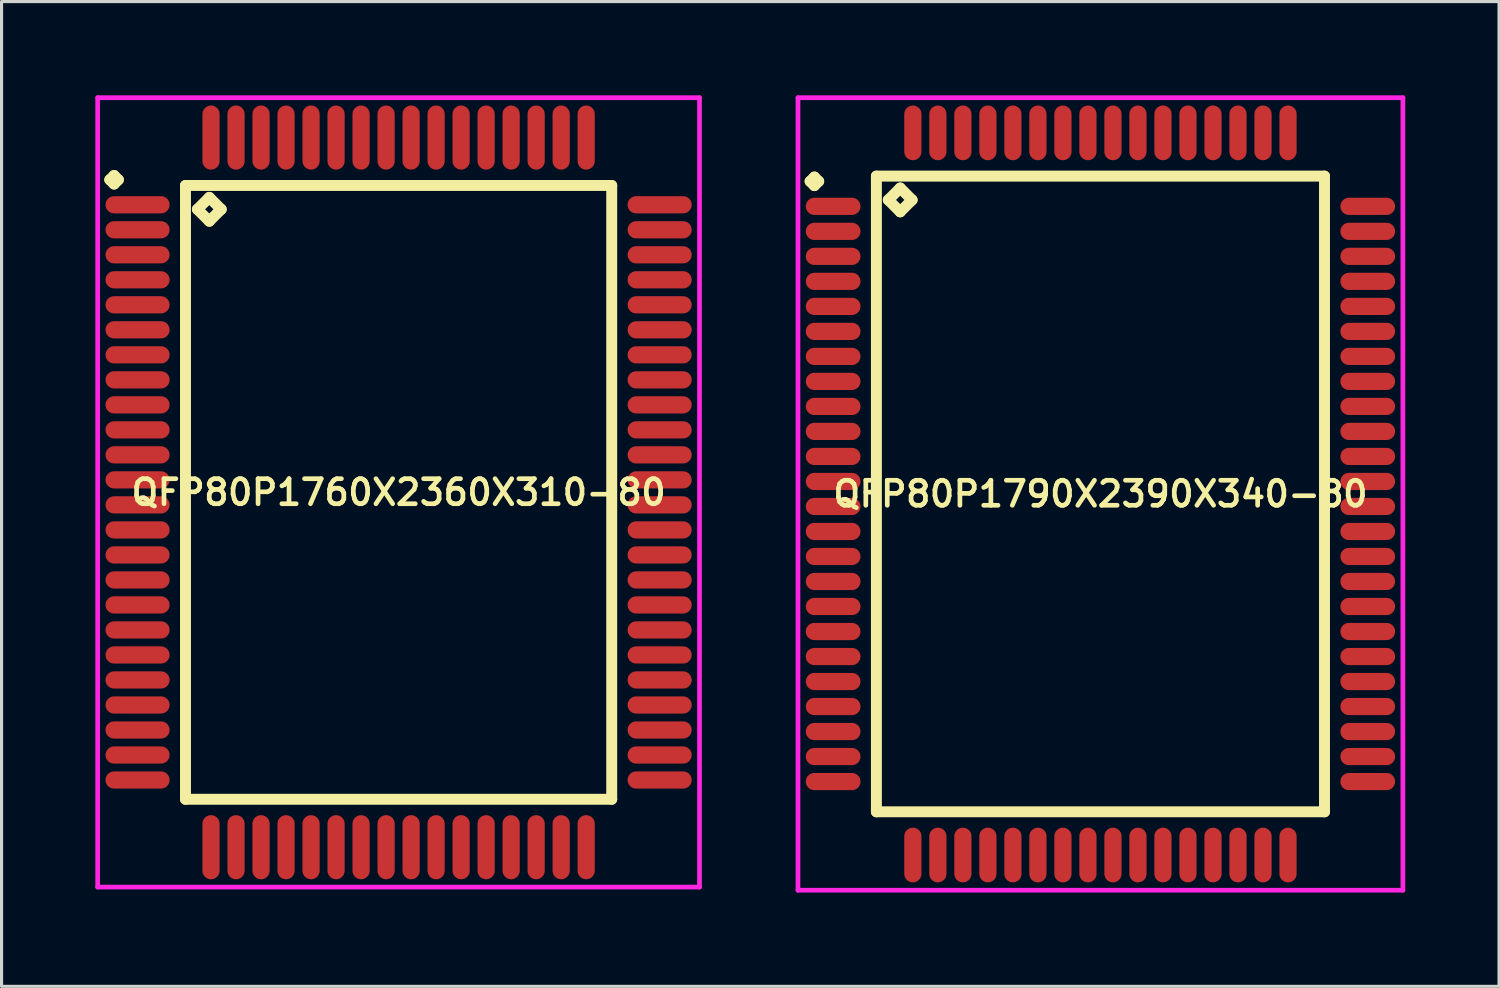
<source format=kicad_pcb>
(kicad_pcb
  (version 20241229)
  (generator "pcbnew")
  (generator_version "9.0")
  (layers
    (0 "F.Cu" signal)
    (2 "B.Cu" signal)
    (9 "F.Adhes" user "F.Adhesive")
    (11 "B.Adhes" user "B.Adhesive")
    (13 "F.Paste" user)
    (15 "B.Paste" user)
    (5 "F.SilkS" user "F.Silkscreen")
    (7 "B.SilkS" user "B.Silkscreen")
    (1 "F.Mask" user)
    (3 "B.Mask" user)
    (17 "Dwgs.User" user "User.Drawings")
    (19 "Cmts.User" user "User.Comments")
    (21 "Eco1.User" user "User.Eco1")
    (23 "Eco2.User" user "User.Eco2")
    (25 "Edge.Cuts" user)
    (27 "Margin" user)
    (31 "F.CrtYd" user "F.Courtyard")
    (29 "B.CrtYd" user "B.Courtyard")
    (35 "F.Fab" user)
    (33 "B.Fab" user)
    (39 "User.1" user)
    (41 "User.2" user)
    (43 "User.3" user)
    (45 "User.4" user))
  (footprint "QFP80P1790X2390X340-80"
    (layer "F.Cu")
    (at 32.15 12.75)
    (property "Reference" "QFP80P1790X2390X340-80" (at 0 0 0) (layer "F.SilkS") (effects (font (size 0.8 0.8) (thickness 0.15))))
    (attr smd)
    (fp_line (start -9.287 -10) (end -9.15 -10.137) (stroke (width 0.35) (type solid)) (layer "F.SilkS"))
    (fp_line (start -9.15 -10.137) (end -9.012 -10) (stroke (width 0.35) (type solid)) (layer "F.SilkS"))
    (fp_line (start -9.15 -9.863) (end -9.287 -10) (stroke (width 0.35) (type solid)) (layer "F.SilkS"))
    (fp_line (start -9.012 -10) (end -9.15 -9.863) (stroke (width 0.35) (type solid)) (layer "F.SilkS"))
    (fp_line (start -7.167 -10.167) (end -7.167 10.167) (stroke (width 0.35) (type solid)) (layer "F.SilkS"))
    (fp_line (start -7.167 10.167) (end 7.167 10.167) (stroke (width 0.35) (type solid)) (layer "F.SilkS"))
    (fp_line (start -6.786 -9.405) (end -6.405 -9.786) (stroke (width 0.35) (type solid)) (layer "F.SilkS"))
    (fp_line (start -6.405 -9.786) (end -6.024 -9.405) (stroke (width 0.35) (type solid)) (layer "F.SilkS"))
    (fp_line (start -6.405 -9.024) (end -6.786 -9.405) (stroke (width 0.35) (type solid)) (layer "F.SilkS"))
    (fp_line (start -6.024 -9.405) (end -6.405 -9.024) (stroke (width 0.35) (type solid)) (layer "F.SilkS"))
    (fp_line (start 7.167 -10.167) (end -7.167 -10.167) (stroke (width 0.35) (type solid)) (layer "F.SilkS"))
    (fp_line (start 7.167 10.167) (end 7.167 -10.167) (stroke (width 0.35) (type solid)) (layer "F.SilkS"))
    (fp_line (start -9.675 -12.675) (end 9.675 -12.675) (stroke (width 0.15) (type solid)) (layer "F.CrtYd"))
    (fp_line (start -9.675 12.675) (end -9.675 -12.675) (stroke (width 0.15) (type solid)) (layer "F.CrtYd"))
    (fp_line (start 9.675 -12.675) (end 9.675 12.675) (stroke (width 0.15) (type solid)) (layer "F.CrtYd"))
    (fp_line (start 9.675 12.675) (end -9.675 12.675) (stroke (width 0.15) (type solid)) (layer "F.CrtYd"))
    (pad "1" smd oval (at -8.55 -9.2) (size 1.75 0.55) (layers "F.Cu" "F.Mask" "F.Paste"))
    (pad "2" smd oval (at -8.55 -8.4) (size 1.75 0.55) (layers "F.Cu" "F.Mask" "F.Paste"))
    (pad "3" smd oval (at -8.55 -7.6) (size 1.75 0.55) (layers "F.Cu" "F.Mask" "F.Paste"))
    (pad "4" smd oval (at -8.55 -6.8) (size 1.75 0.55) (layers "F.Cu" "F.Mask" "F.Paste"))
    (pad "5" smd oval (at -8.55 -6) (size 1.75 0.55) (layers "F.Cu" "F.Mask" "F.Paste"))
    (pad "6" smd oval (at -8.55 -5.2) (size 1.75 0.55) (layers "F.Cu" "F.Mask" "F.Paste"))
    (pad "7" smd oval (at -8.55 -4.4) (size 1.75 0.55) (layers "F.Cu" "F.Mask" "F.Paste"))
    (pad "8" smd oval (at -8.55 -3.6) (size 1.75 0.55) (layers "F.Cu" "F.Mask" "F.Paste"))
    (pad "9" smd oval (at -8.55 -2.8) (size 1.75 0.55) (layers "F.Cu" "F.Mask" "F.Paste"))
    (pad "10" smd oval (at -8.55 -2) (size 1.75 0.55) (layers "F.Cu" "F.Mask" "F.Paste"))
    (pad "11" smd oval (at -8.55 -1.2) (size 1.75 0.55) (layers "F.Cu" "F.Mask" "F.Paste"))
    (pad "12" smd oval (at -8.55 -0.4) (size 1.75 0.55) (layers "F.Cu" "F.Mask" "F.Paste"))
    (pad "13" smd oval (at -8.55 0.4) (size 1.75 0.55) (layers "F.Cu" "F.Mask" "F.Paste"))
    (pad "14" smd oval (at -8.55 1.2) (size 1.75 0.55) (layers "F.Cu" "F.Mask" "F.Paste"))
    (pad "15" smd oval (at -8.55 2) (size 1.75 0.55) (layers "F.Cu" "F.Mask" "F.Paste"))
    (pad "16" smd oval (at -8.55 2.8) (size 1.75 0.55) (layers "F.Cu" "F.Mask" "F.Paste"))
    (pad "17" smd oval (at -8.55 3.6) (size 1.75 0.55) (layers "F.Cu" "F.Mask" "F.Paste"))
    (pad "18" smd oval (at -8.55 4.4) (size 1.75 0.55) (layers "F.Cu" "F.Mask" "F.Paste"))
    (pad "19" smd oval (at -8.55 5.2) (size 1.75 0.55) (layers "F.Cu" "F.Mask" "F.Paste"))
    (pad "20" smd oval (at -8.55 6) (size 1.75 0.55) (layers "F.Cu" "F.Mask" "F.Paste"))
    (pad "21" smd oval (at -8.55 6.8) (size 1.75 0.55) (layers "F.Cu" "F.Mask" "F.Paste"))
    (pad "22" smd oval (at -8.55 7.6) (size 1.75 0.55) (layers "F.Cu" "F.Mask" "F.Paste"))
    (pad "23" smd oval (at -8.55 8.4) (size 1.75 0.55) (layers "F.Cu" "F.Mask" "F.Paste"))
    (pad "24" smd oval (at -8.55 9.2) (size 1.75 0.55) (layers "F.Cu" "F.Mask" "F.Paste"))
    (pad "25" smd oval (at -6 11.55) (size 0.55 1.75) (layers "F.Cu" "F.Mask" "F.Paste"))
    (pad "26" smd oval (at -5.2 11.55) (size 0.55 1.75) (layers "F.Cu" "F.Mask" "F.Paste"))
    (pad "27" smd oval (at -4.4 11.55) (size 0.55 1.75) (layers "F.Cu" "F.Mask" "F.Paste"))
    (pad "28" smd oval (at -3.6 11.55) (size 0.55 1.75) (layers "F.Cu" "F.Mask" "F.Paste"))
    (pad "29" smd oval (at -2.8 11.55) (size 0.55 1.75) (layers "F.Cu" "F.Mask" "F.Paste"))
    (pad "30" smd oval (at -2 11.55) (size 0.55 1.75) (layers "F.Cu" "F.Mask" "F.Paste"))
    (pad "31" smd oval (at -1.2 11.55) (size 0.55 1.75) (layers "F.Cu" "F.Mask" "F.Paste"))
    (pad "32" smd oval (at -0.4 11.55) (size 0.55 1.75) (layers "F.Cu" "F.Mask" "F.Paste"))
    (pad "33" smd oval (at 0.4 11.55) (size 0.55 1.75) (layers "F.Cu" "F.Mask" "F.Paste"))
    (pad "34" smd oval (at 1.2 11.55) (size 0.55 1.75) (layers "F.Cu" "F.Mask" "F.Paste"))
    (pad "35" smd oval (at 2 11.55) (size 0.55 1.75) (layers "F.Cu" "F.Mask" "F.Paste"))
    (pad "36" smd oval (at 2.8 11.55) (size 0.55 1.75) (layers "F.Cu" "F.Mask" "F.Paste"))
    (pad "37" smd oval (at 3.6 11.55) (size 0.55 1.75) (layers "F.Cu" "F.Mask" "F.Paste"))
    (pad "38" smd oval (at 4.4 11.55) (size 0.55 1.75) (layers "F.Cu" "F.Mask" "F.Paste"))
    (pad "39" smd oval (at 5.2 11.55) (size 0.55 1.75) (layers "F.Cu" "F.Mask" "F.Paste"))
    (pad "40" smd oval (at 6 11.55) (size 0.55 1.75) (layers "F.Cu" "F.Mask" "F.Paste"))
    (pad "41" smd oval (at 8.55 9.2) (size 1.75 0.55) (layers "F.Cu" "F.Mask" "F.Paste"))
    (pad "42" smd oval (at 8.55 8.4) (size 1.75 0.55) (layers "F.Cu" "F.Mask" "F.Paste"))
    (pad "43" smd oval (at 8.55 7.6) (size 1.75 0.55) (layers "F.Cu" "F.Mask" "F.Paste"))
    (pad "44" smd oval (at 8.55 6.8) (size 1.75 0.55) (layers "F.Cu" "F.Mask" "F.Paste"))
    (pad "45" smd oval (at 8.55 6) (size 1.75 0.55) (layers "F.Cu" "F.Mask" "F.Paste"))
    (pad "46" smd oval (at 8.55 5.2) (size 1.75 0.55) (layers "F.Cu" "F.Mask" "F.Paste"))
    (pad "47" smd oval (at 8.55 4.4) (size 1.75 0.55) (layers "F.Cu" "F.Mask" "F.Paste"))
    (pad "48" smd oval (at 8.55 3.6) (size 1.75 0.55) (layers "F.Cu" "F.Mask" "F.Paste"))
    (pad "49" smd oval (at 8.55 2.8) (size 1.75 0.55) (layers "F.Cu" "F.Mask" "F.Paste"))
    (pad "50" smd oval (at 8.55 2) (size 1.75 0.55) (layers "F.Cu" "F.Mask" "F.Paste"))
    (pad "51" smd oval (at 8.55 1.2) (size 1.75 0.55) (layers "F.Cu" "F.Mask" "F.Paste"))
    (pad "52" smd oval (at 8.55 0.4) (size 1.75 0.55) (layers "F.Cu" "F.Mask" "F.Paste"))
    (pad "53" smd oval (at 8.55 -0.4) (size 1.75 0.55) (layers "F.Cu" "F.Mask" "F.Paste"))
    (pad "54" smd oval (at 8.55 -1.2) (size 1.75 0.55) (layers "F.Cu" "F.Mask" "F.Paste"))
    (pad "55" smd oval (at 8.55 -2) (size 1.75 0.55) (layers "F.Cu" "F.Mask" "F.Paste"))
    (pad "56" smd oval (at 8.55 -2.8) (size 1.75 0.55) (layers "F.Cu" "F.Mask" "F.Paste"))
    (pad "57" smd oval (at 8.55 -3.6) (size 1.75 0.55) (layers "F.Cu" "F.Mask" "F.Paste"))
    (pad "58" smd oval (at 8.55 -4.4) (size 1.75 0.55) (layers "F.Cu" "F.Mask" "F.Paste"))
    (pad "59" smd oval (at 8.55 -5.2) (size 1.75 0.55) (layers "F.Cu" "F.Mask" "F.Paste"))
    (pad "60" smd oval (at 8.55 -6) (size 1.75 0.55) (layers "F.Cu" "F.Mask" "F.Paste"))
    (pad "61" smd oval (at 8.55 -6.8) (size 1.75 0.55) (layers "F.Cu" "F.Mask" "F.Paste"))
    (pad "62" smd oval (at 8.55 -7.6) (size 1.75 0.55) (layers "F.Cu" "F.Mask" "F.Paste"))
    (pad "63" smd oval (at 8.55 -8.4) (size 1.75 0.55) (layers "F.Cu" "F.Mask" "F.Paste"))
    (pad "64" smd oval (at 8.55 -9.2) (size 1.75 0.55) (layers "F.Cu" "F.Mask" "F.Paste"))
    (pad "65" smd oval (at 6 -11.55) (size 0.55 1.75) (layers "F.Cu" "F.Mask" "F.Paste"))
    (pad "66" smd oval (at 5.2 -11.55) (size 0.55 1.75) (layers "F.Cu" "F.Mask" "F.Paste"))
    (pad "67" smd oval (at 4.4 -11.55) (size 0.55 1.75) (layers "F.Cu" "F.Mask" "F.Paste"))
    (pad "68" smd oval (at 3.6 -11.55) (size 0.55 1.75) (layers "F.Cu" "F.Mask" "F.Paste"))
    (pad "69" smd oval (at 2.8 -11.55) (size 0.55 1.75) (layers "F.Cu" "F.Mask" "F.Paste"))
    (pad "70" smd oval (at 2 -11.55) (size 0.55 1.75) (layers "F.Cu" "F.Mask" "F.Paste"))
    (pad "71" smd oval (at 1.2 -11.55) (size 0.55 1.75) (layers "F.Cu" "F.Mask" "F.Paste"))
    (pad "72" smd oval (at 0.4 -11.55) (size 0.55 1.75) (layers "F.Cu" "F.Mask" "F.Paste"))
    (pad "73" smd oval (at -0.4 -11.55) (size 0.55 1.75) (layers "F.Cu" "F.Mask" "F.Paste"))
    (pad "74" smd oval (at -1.2 -11.55) (size 0.55 1.75) (layers "F.Cu" "F.Mask" "F.Paste"))
    (pad "75" smd oval (at -2 -11.55) (size 0.55 1.75) (layers "F.Cu" "F.Mask" "F.Paste"))
    (pad "76" smd oval (at -2.8 -11.55) (size 0.55 1.75) (layers "F.Cu" "F.Mask" "F.Paste"))
    (pad "77" smd oval (at -3.6 -11.55) (size 0.55 1.75) (layers "F.Cu" "F.Mask" "F.Paste"))
    (pad "78" smd oval (at -4.4 -11.55) (size 0.55 1.75) (layers "F.Cu" "F.Mask" "F.Paste"))
    (pad "79" smd oval (at -5.2 -11.55) (size 0.55 1.75) (layers "F.Cu" "F.Mask" "F.Paste"))
    (pad "80" smd oval (at -6 -11.55) (size 0.55 1.75) (layers "F.Cu" "F.Mask" "F.Paste")))
  (footprint "QFP80P1760X2360X310-80"
    (layer "F.Cu")
    (at 9.7 12.7)
    (property "Reference" "QFP80P1760X2360X310-80" (at 0 0 0) (layer "F.SilkS") (effects (font (size 0.8 0.8) (thickness 0.15))))
    (attr smd)
    (fp_line (start -9.238 -10) (end -9.1 -10.137) (stroke (width 0.35) (type solid)) (layer "F.SilkS"))
    (fp_line (start -9.1 -10.137) (end -8.963 -10) (stroke (width 0.35) (type solid)) (layer "F.SilkS"))
    (fp_line (start -9.1 -9.863) (end -9.238 -10) (stroke (width 0.35) (type solid)) (layer "F.SilkS"))
    (fp_line (start -8.963 -10) (end -9.1 -9.863) (stroke (width 0.35) (type solid)) (layer "F.SilkS"))
    (fp_line (start -6.817 -9.817) (end -6.817 9.817) (stroke (width 0.35) (type solid)) (layer "F.SilkS"))
    (fp_line (start -6.817 9.817) (end 6.817 9.817) (stroke (width 0.35) (type solid)) (layer "F.SilkS"))
    (fp_line (start -6.436 -9.055) (end -6.055 -9.436) (stroke (width 0.35) (type solid)) (layer "F.SilkS"))
    (fp_line (start -6.055 -9.436) (end -5.674 -9.055) (stroke (width 0.35) (type solid)) (layer "F.SilkS"))
    (fp_line (start -6.055 -8.674) (end -6.436 -9.055) (stroke (width 0.35) (type solid)) (layer "F.SilkS"))
    (fp_line (start -5.674 -9.055) (end -6.055 -8.674) (stroke (width 0.35) (type solid)) (layer "F.SilkS"))
    (fp_line (start 6.817 -9.817) (end -6.817 -9.817) (stroke (width 0.35) (type solid)) (layer "F.SilkS"))
    (fp_line (start 6.817 9.817) (end 6.817 -9.817) (stroke (width 0.35) (type solid)) (layer "F.SilkS"))
    (fp_line (start -9.625 -12.625) (end 9.625 -12.625) (stroke (width 0.15) (type solid)) (layer "F.CrtYd"))
    (fp_line (start -9.625 12.625) (end -9.625 -12.625) (stroke (width 0.15) (type solid)) (layer "F.CrtYd"))
    (fp_line (start 9.625 -12.625) (end 9.625 12.625) (stroke (width 0.15) (type solid)) (layer "F.CrtYd"))
    (fp_line (start 9.625 12.625) (end -9.625 12.625) (stroke (width 0.15) (type solid)) (layer "F.CrtYd"))
    (pad "1" smd oval (at -8.35 -9.2) (size 2.05 0.55) (layers "F.Cu" "F.Mask" "F.Paste"))
    (pad "2" smd oval (at -8.35 -8.4) (size 2.05 0.55) (layers "F.Cu" "F.Mask" "F.Paste"))
    (pad "3" smd oval (at -8.35 -7.6) (size 2.05 0.55) (layers "F.Cu" "F.Mask" "F.Paste"))
    (pad "4" smd oval (at -8.35 -6.8) (size 2.05 0.55) (layers "F.Cu" "F.Mask" "F.Paste"))
    (pad "5" smd oval (at -8.35 -6) (size 2.05 0.55) (layers "F.Cu" "F.Mask" "F.Paste"))
    (pad "6" smd oval (at -8.35 -5.2) (size 2.05 0.55) (layers "F.Cu" "F.Mask" "F.Paste"))
    (pad "7" smd oval (at -8.35 -4.4) (size 2.05 0.55) (layers "F.Cu" "F.Mask" "F.Paste"))
    (pad "8" smd oval (at -8.35 -3.6) (size 2.05 0.55) (layers "F.Cu" "F.Mask" "F.Paste"))
    (pad "9" smd oval (at -8.35 -2.8) (size 2.05 0.55) (layers "F.Cu" "F.Mask" "F.Paste"))
    (pad "10" smd oval (at -8.35 -2) (size 2.05 0.55) (layers "F.Cu" "F.Mask" "F.Paste"))
    (pad "11" smd oval (at -8.35 -1.2) (size 2.05 0.55) (layers "F.Cu" "F.Mask" "F.Paste"))
    (pad "12" smd oval (at -8.35 -0.4) (size 2.05 0.55) (layers "F.Cu" "F.Mask" "F.Paste"))
    (pad "13" smd oval (at -8.35 0.4) (size 2.05 0.55) (layers "F.Cu" "F.Mask" "F.Paste"))
    (pad "14" smd oval (at -8.35 1.2) (size 2.05 0.55) (layers "F.Cu" "F.Mask" "F.Paste"))
    (pad "15" smd oval (at -8.35 2) (size 2.05 0.55) (layers "F.Cu" "F.Mask" "F.Paste"))
    (pad "16" smd oval (at -8.35 2.8) (size 2.05 0.55) (layers "F.Cu" "F.Mask" "F.Paste"))
    (pad "17" smd oval (at -8.35 3.6) (size 2.05 0.55) (layers "F.Cu" "F.Mask" "F.Paste"))
    (pad "18" smd oval (at -8.35 4.4) (size 2.05 0.55) (layers "F.Cu" "F.Mask" "F.Paste"))
    (pad "19" smd oval (at -8.35 5.2) (size 2.05 0.55) (layers "F.Cu" "F.Mask" "F.Paste"))
    (pad "20" smd oval (at -8.35 6) (size 2.05 0.55) (layers "F.Cu" "F.Mask" "F.Paste"))
    (pad "21" smd oval (at -8.35 6.8) (size 2.05 0.55) (layers "F.Cu" "F.Mask" "F.Paste"))
    (pad "22" smd oval (at -8.35 7.6) (size 2.05 0.55) (layers "F.Cu" "F.Mask" "F.Paste"))
    (pad "23" smd oval (at -8.35 8.4) (size 2.05 0.55) (layers "F.Cu" "F.Mask" "F.Paste"))
    (pad "24" smd oval (at -8.35 9.2) (size 2.05 0.55) (layers "F.Cu" "F.Mask" "F.Paste"))
    (pad "25" smd oval (at -6 11.35) (size 0.55 2.05) (layers "F.Cu" "F.Mask" "F.Paste"))
    (pad "26" smd oval (at -5.2 11.35) (size 0.55 2.05) (layers "F.Cu" "F.Mask" "F.Paste"))
    (pad "27" smd oval (at -4.4 11.35) (size 0.55 2.05) (layers "F.Cu" "F.Mask" "F.Paste"))
    (pad "28" smd oval (at -3.6 11.35) (size 0.55 2.05) (layers "F.Cu" "F.Mask" "F.Paste"))
    (pad "29" smd oval (at -2.8 11.35) (size 0.55 2.05) (layers "F.Cu" "F.Mask" "F.Paste"))
    (pad "30" smd oval (at -2 11.35) (size 0.55 2.05) (layers "F.Cu" "F.Mask" "F.Paste"))
    (pad "31" smd oval (at -1.2 11.35) (size 0.55 2.05) (layers "F.Cu" "F.Mask" "F.Paste"))
    (pad "32" smd oval (at -0.4 11.35) (size 0.55 2.05) (layers "F.Cu" "F.Mask" "F.Paste"))
    (pad "33" smd oval (at 0.4 11.35) (size 0.55 2.05) (layers "F.Cu" "F.Mask" "F.Paste"))
    (pad "34" smd oval (at 1.2 11.35) (size 0.55 2.05) (layers "F.Cu" "F.Mask" "F.Paste"))
    (pad "35" smd oval (at 2 11.35) (size 0.55 2.05) (layers "F.Cu" "F.Mask" "F.Paste"))
    (pad "36" smd oval (at 2.8 11.35) (size 0.55 2.05) (layers "F.Cu" "F.Mask" "F.Paste"))
    (pad "37" smd oval (at 3.6 11.35) (size 0.55 2.05) (layers "F.Cu" "F.Mask" "F.Paste"))
    (pad "38" smd oval (at 4.4 11.35) (size 0.55 2.05) (layers "F.Cu" "F.Mask" "F.Paste"))
    (pad "39" smd oval (at 5.2 11.35) (size 0.55 2.05) (layers "F.Cu" "F.Mask" "F.Paste"))
    (pad "40" smd oval (at 6 11.35) (size 0.55 2.05) (layers "F.Cu" "F.Mask" "F.Paste"))
    (pad "41" smd oval (at 8.35 9.2) (size 2.05 0.55) (layers "F.Cu" "F.Mask" "F.Paste"))
    (pad "42" smd oval (at 8.35 8.4) (size 2.05 0.55) (layers "F.Cu" "F.Mask" "F.Paste"))
    (pad "43" smd oval (at 8.35 7.6) (size 2.05 0.55) (layers "F.Cu" "F.Mask" "F.Paste"))
    (pad "44" smd oval (at 8.35 6.8) (size 2.05 0.55) (layers "F.Cu" "F.Mask" "F.Paste"))
    (pad "45" smd oval (at 8.35 6) (size 2.05 0.55) (layers "F.Cu" "F.Mask" "F.Paste"))
    (pad "46" smd oval (at 8.35 5.2) (size 2.05 0.55) (layers "F.Cu" "F.Mask" "F.Paste"))
    (pad "47" smd oval (at 8.35 4.4) (size 2.05 0.55) (layers "F.Cu" "F.Mask" "F.Paste"))
    (pad "48" smd oval (at 8.35 3.6) (size 2.05 0.55) (layers "F.Cu" "F.Mask" "F.Paste"))
    (pad "49" smd oval (at 8.35 2.8) (size 2.05 0.55) (layers "F.Cu" "F.Mask" "F.Paste"))
    (pad "50" smd oval (at 8.35 2) (size 2.05 0.55) (layers "F.Cu" "F.Mask" "F.Paste"))
    (pad "51" smd oval (at 8.35 1.2) (size 2.05 0.55) (layers "F.Cu" "F.Mask" "F.Paste"))
    (pad "52" smd oval (at 8.35 0.4) (size 2.05 0.55) (layers "F.Cu" "F.Mask" "F.Paste"))
    (pad "53" smd oval (at 8.35 -0.4) (size 2.05 0.55) (layers "F.Cu" "F.Mask" "F.Paste"))
    (pad "54" smd oval (at 8.35 -1.2) (size 2.05 0.55) (layers "F.Cu" "F.Mask" "F.Paste"))
    (pad "55" smd oval (at 8.35 -2) (size 2.05 0.55) (layers "F.Cu" "F.Mask" "F.Paste"))
    (pad "56" smd oval (at 8.35 -2.8) (size 2.05 0.55) (layers "F.Cu" "F.Mask" "F.Paste"))
    (pad "57" smd oval (at 8.35 -3.6) (size 2.05 0.55) (layers "F.Cu" "F.Mask" "F.Paste"))
    (pad "58" smd oval (at 8.35 -4.4) (size 2.05 0.55) (layers "F.Cu" "F.Mask" "F.Paste"))
    (pad "59" smd oval (at 8.35 -5.2) (size 2.05 0.55) (layers "F.Cu" "F.Mask" "F.Paste"))
    (pad "60" smd oval (at 8.35 -6) (size 2.05 0.55) (layers "F.Cu" "F.Mask" "F.Paste"))
    (pad "61" smd oval (at 8.35 -6.8) (size 2.05 0.55) (layers "F.Cu" "F.Mask" "F.Paste"))
    (pad "62" smd oval (at 8.35 -7.6) (size 2.05 0.55) (layers "F.Cu" "F.Mask" "F.Paste"))
    (pad "63" smd oval (at 8.35 -8.4) (size 2.05 0.55) (layers "F.Cu" "F.Mask" "F.Paste"))
    (pad "64" smd oval (at 8.35 -9.2) (size 2.05 0.55) (layers "F.Cu" "F.Mask" "F.Paste"))
    (pad "65" smd oval (at 6 -11.35) (size 0.55 2.05) (layers "F.Cu" "F.Mask" "F.Paste"))
    (pad "66" smd oval (at 5.2 -11.35) (size 0.55 2.05) (layers "F.Cu" "F.Mask" "F.Paste"))
    (pad "67" smd oval (at 4.4 -11.35) (size 0.55 2.05) (layers "F.Cu" "F.Mask" "F.Paste"))
    (pad "68" smd oval (at 3.6 -11.35) (size 0.55 2.05) (layers "F.Cu" "F.Mask" "F.Paste"))
    (pad "69" smd oval (at 2.8 -11.35) (size 0.55 2.05) (layers "F.Cu" "F.Mask" "F.Paste"))
    (pad "70" smd oval (at 2 -11.35) (size 0.55 2.05) (layers "F.Cu" "F.Mask" "F.Paste"))
    (pad "71" smd oval (at 1.2 -11.35) (size 0.55 2.05) (layers "F.Cu" "F.Mask" "F.Paste"))
    (pad "72" smd oval (at 0.4 -11.35) (size 0.55 2.05) (layers "F.Cu" "F.Mask" "F.Paste"))
    (pad "73" smd oval (at -0.4 -11.35) (size 0.55 2.05) (layers "F.Cu" "F.Mask" "F.Paste"))
    (pad "74" smd oval (at -1.2 -11.35) (size 0.55 2.05) (layers "F.Cu" "F.Mask" "F.Paste"))
    (pad "75" smd oval (at -2 -11.35) (size 0.55 2.05) (layers "F.Cu" "F.Mask" "F.Paste"))
    (pad "76" smd oval (at -2.8 -11.35) (size 0.55 2.05) (layers "F.Cu" "F.Mask" "F.Paste"))
    (pad "77" smd oval (at -3.6 -11.35) (size 0.55 2.05) (layers "F.Cu" "F.Mask" "F.Paste"))
    (pad "78" smd oval (at -4.4 -11.35) (size 0.55 2.05) (layers "F.Cu" "F.Mask" "F.Paste"))
    (pad "79" smd oval (at -5.2 -11.35) (size 0.55 2.05) (layers "F.Cu" "F.Mask" "F.Paste"))
    (pad "80" smd oval (at -6 -11.35) (size 0.55 2.05) (layers "F.Cu" "F.Mask" "F.Paste")))
  (gr_rect
    (start -3 -3)
    (end 44.9 28.5)
    (stroke (width 0.1) (type default))
    (fill no)
    (layer "Edge.Cuts")))
</source>
